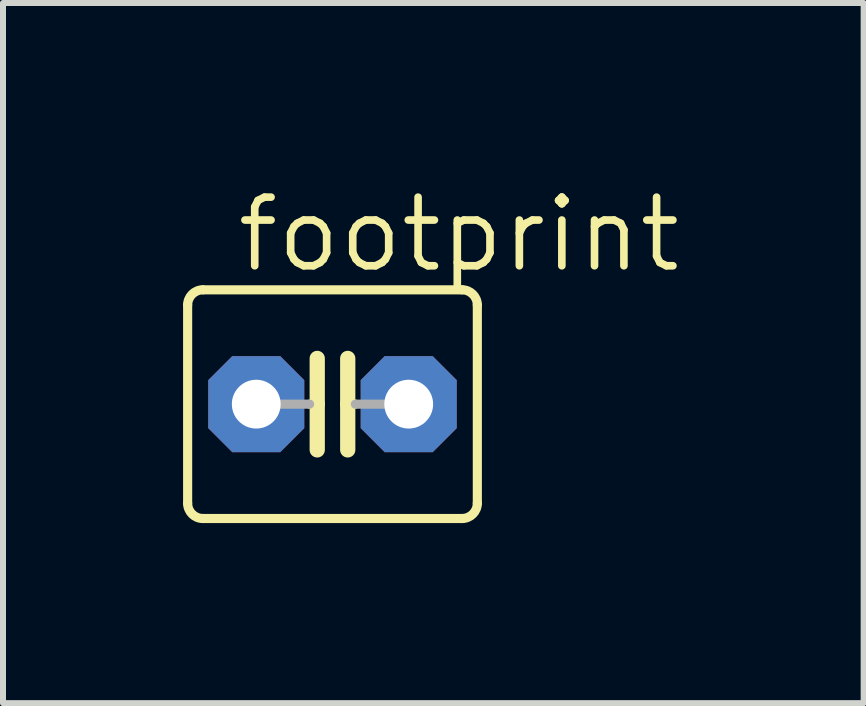
<source format=kicad_pcb>
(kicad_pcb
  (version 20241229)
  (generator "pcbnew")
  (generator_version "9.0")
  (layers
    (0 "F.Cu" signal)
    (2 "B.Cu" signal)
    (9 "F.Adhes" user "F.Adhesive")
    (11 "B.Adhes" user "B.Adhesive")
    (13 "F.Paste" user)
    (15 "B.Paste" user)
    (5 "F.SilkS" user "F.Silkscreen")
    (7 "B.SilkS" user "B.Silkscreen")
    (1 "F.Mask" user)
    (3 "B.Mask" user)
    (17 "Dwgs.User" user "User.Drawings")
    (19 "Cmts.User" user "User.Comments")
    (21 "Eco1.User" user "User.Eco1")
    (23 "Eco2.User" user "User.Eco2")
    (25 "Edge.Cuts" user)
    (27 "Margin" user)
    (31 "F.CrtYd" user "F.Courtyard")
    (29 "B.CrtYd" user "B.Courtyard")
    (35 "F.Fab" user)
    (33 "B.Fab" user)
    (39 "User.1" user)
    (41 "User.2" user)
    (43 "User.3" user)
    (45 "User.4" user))
  (footprint "footprint"
    (layer "F.Cu")
    (at 2.489 3.683)
    (property "Reference" "footprint" (at -1.651 -2.159 0) (layer "F.SilkS") (effects (font (size 1.143 1.143) (thickness 0.127)) (justify left bottom)))
    (fp_line (start -2.413 -1.651) (end -2.413 1.651) (stroke (width 0.152) (type solid)) (layer "F.SilkS"))
    (fp_line (start -2.159 -1.905) (end 2.159 -1.905) (stroke (width 0.152) (type solid)) (layer "F.SilkS"))
    (fp_line (start -0.254 -0.762) (end -0.254 0) (stroke (width 0.254) (type solid)) (layer "F.SilkS"))
    (fp_line (start -0.254 0) (end -0.381 0) (stroke (width 0.152) (type solid)) (layer "F.SilkS"))
    (fp_line (start -0.254 0) (end -0.254 0.762) (stroke (width 0.254) (type solid)) (layer "F.SilkS"))
    (fp_line (start 0.254 0) (end 0.254 -0.762) (stroke (width 0.254) (type solid)) (layer "F.SilkS"))
    (fp_line (start 0.254 0) (end 0.254 0.762) (stroke (width 0.254) (type solid)) (layer "F.SilkS"))
    (fp_line (start 0.381 0) (end 0.254 0) (stroke (width 0.152) (type solid)) (layer "F.SilkS"))
    (fp_line (start 2.159 1.905) (end -2.159 1.905) (stroke (width 0.152) (type solid)) (layer "F.SilkS"))
    (fp_line (start 2.413 -1.651) (end 2.413 1.651) (stroke (width 0.152) (type solid)) (layer "F.SilkS"))
    (fp_arc (start -2.413 -1.651) (mid -2.338605 -1.830605) (end -2.159 -1.905) (stroke (width 0.1524) (type solid)) (layer "F.SilkS"))
    (fp_arc (start -2.159 1.905) (mid -2.338605 1.830605) (end -2.413 1.651) (stroke (width 0.1524) (type solid)) (layer "F.SilkS"))
    (fp_arc (start 2.159 -1.905) (mid 2.338605 -1.830605) (end 2.413 -1.651) (stroke (width 0.1524) (type solid)) (layer "F.SilkS"))
    (fp_arc (start 2.413 1.651) (mid 2.338605 1.830605) (end 2.159 1.905) (stroke (width 0.1524) (type solid)) (layer "F.SilkS"))
    (fp_line (start -0.381 0) (end -1.27 0) (stroke (width 0.152) (type solid)) (layer "F.Fab"))
    (fp_line (start 1.27 0) (end 0.381 0) (stroke (width 0.152) (type solid)) (layer "F.Fab"))
    (pad "1" thru_hole roundrect (at -1.27 0) (size 1.6 1.6) (drill 0.813) (layers "*.Cu" "*.Mask") (roundrect_rratio 0.25) (chamfer_ratio 0.25) (chamfer top_left top_right bottom_left bottom_right))
    (pad "2" thru_hole roundrect (at 1.27 0) (size 1.6 1.6) (drill 0.813) (layers "*.Cu" "*.Mask") (roundrect_rratio 0.25) (chamfer_ratio 0.25) (chamfer top_left top_right bottom_left bottom_right)))
  (gr_rect
    (start -3 -3)
    (end 11.338 8.664)
    (stroke (width 0.1) (type default))
    (fill no)
    (layer "Edge.Cuts")))
</source>
